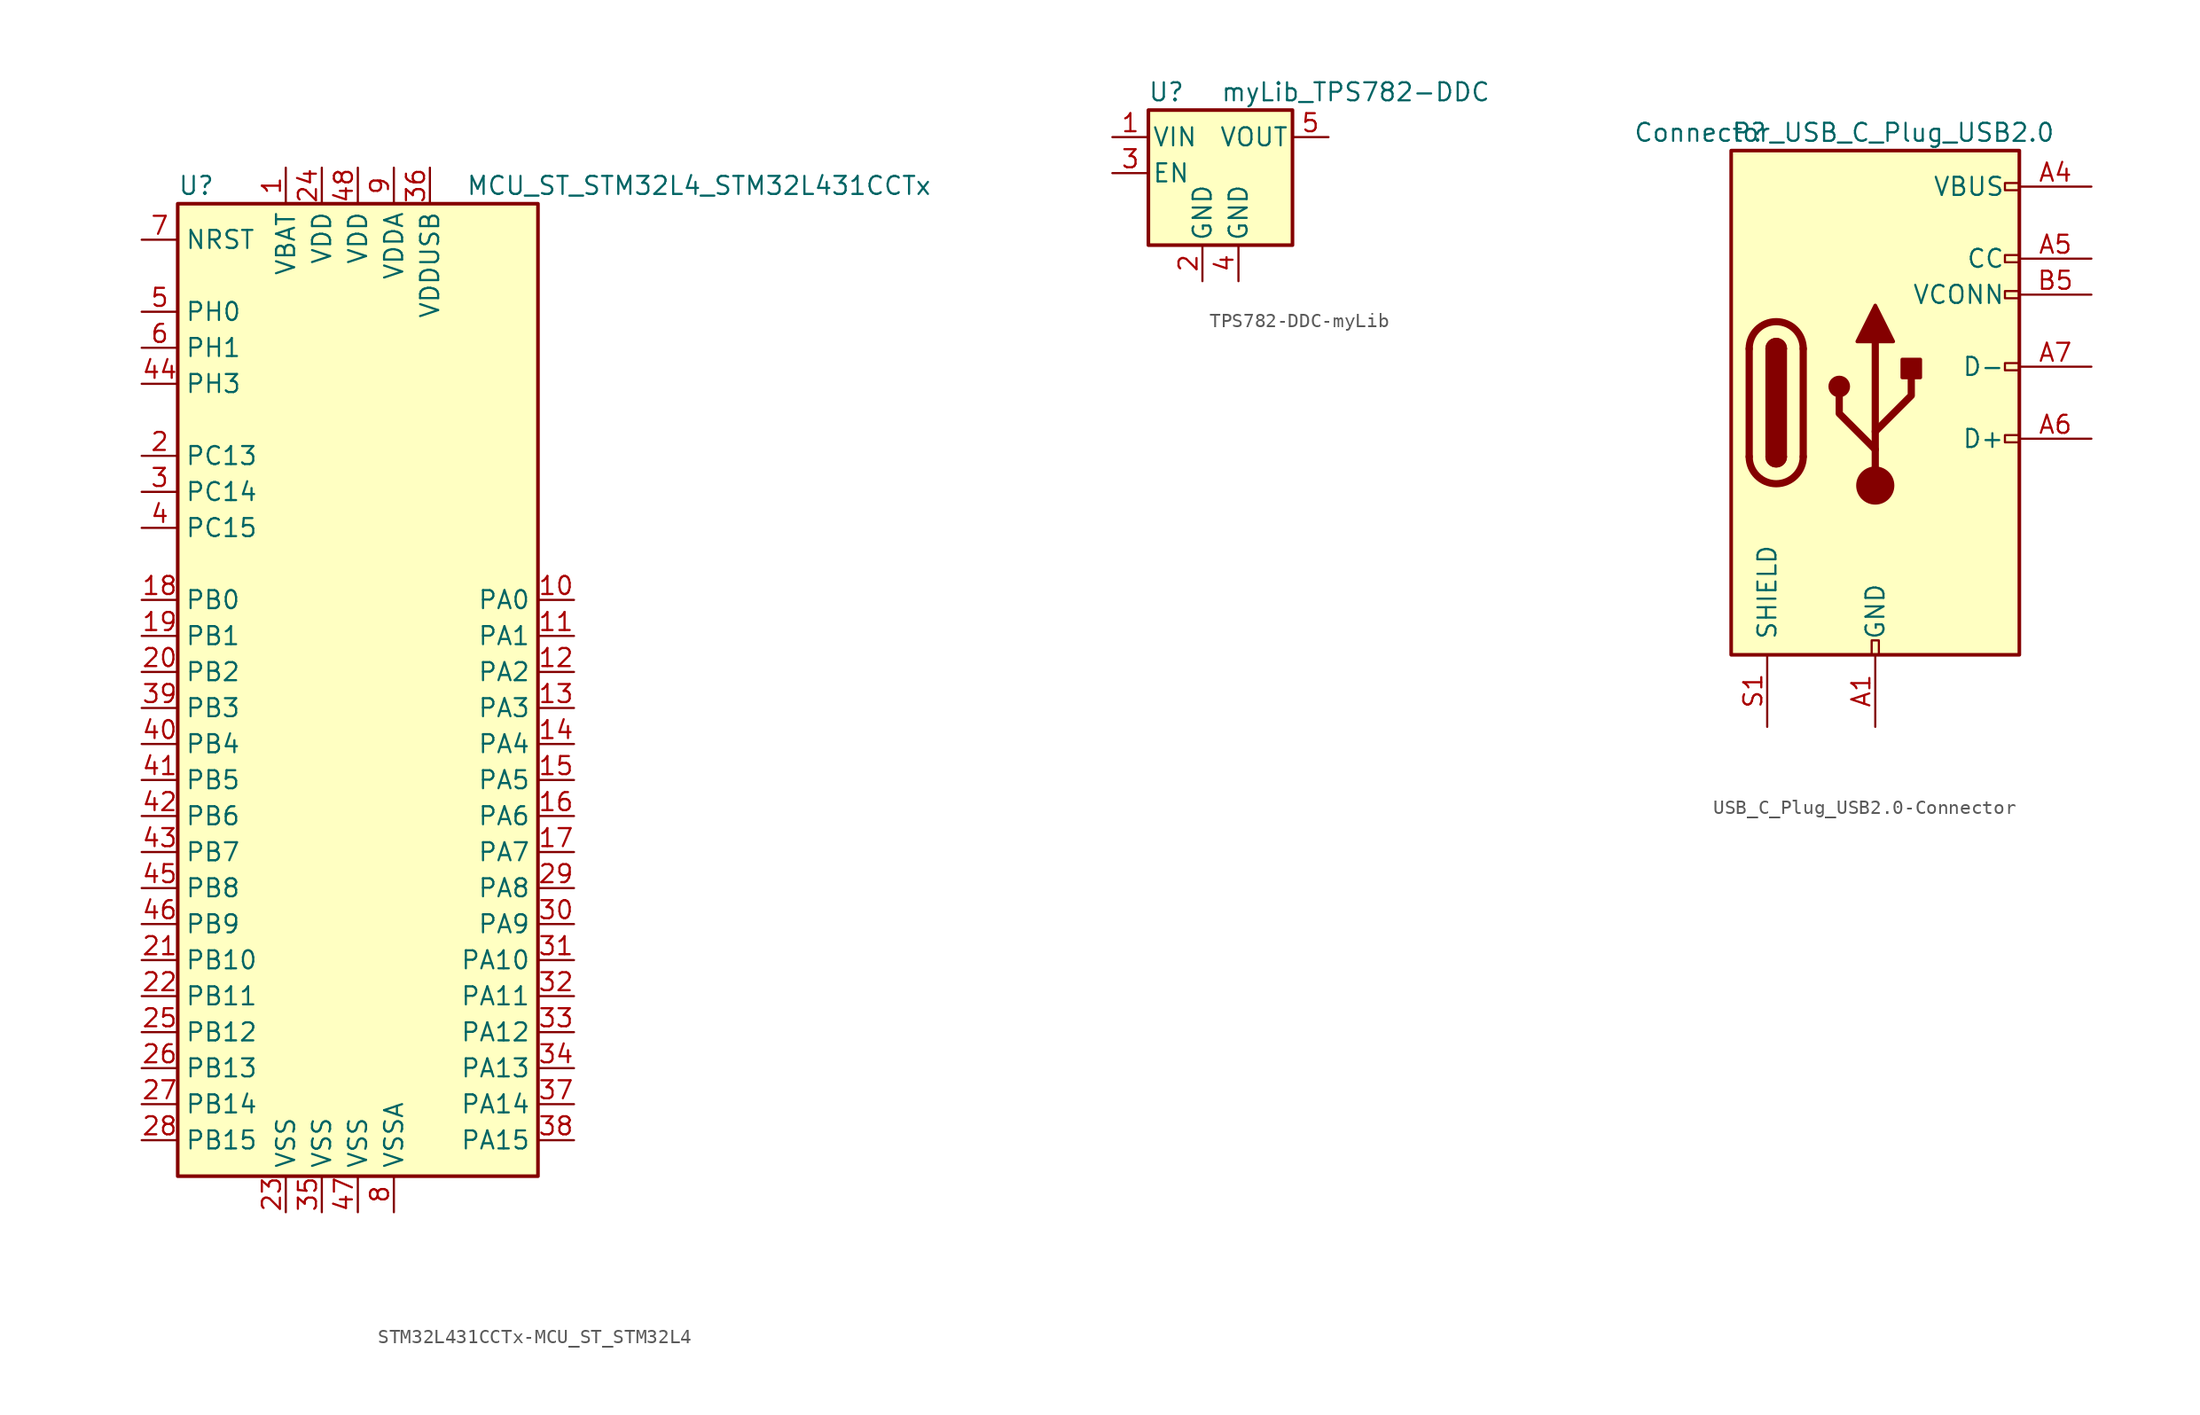
<source format=kicad_sym>
(kicad_symbol_lib
  (version 20220914)
  (generator kicad_symbol_editor)
  (symbol "STM32L431CCTx-MCU_ST_STM32L4"
    (property "Reference" "U"
      (at -12.7 34.29 0)
      (effects (font (size 1.27 1.27)) (justify left)))
    (property "Value" "MCU_ST_STM32L4_STM32L431CCTx"
      (at 7.62 34.29 0)
      (effects (font (size 1.27 1.27)) (justify left)))
    (symbol "STM32L431CCTx-MCU_ST_STM32L4_0_1"
      (rectangle (start -12.7 -35.56) (end 12.7 33.02) (stroke (width 0.254) (type solid)) (fill (type background))))
    (symbol "STM32L431CCTx-MCU_ST_STM32L4_1_1"
      (pin power_in line (at -5.08 35.56 270) (length 2.54) (name "VBAT" (effects (font (size 1.27 1.27)))) (number "1" (effects (font (size 1.27 1.27)))))
      (pin bidirectional line (at 15.24 5.08 180) (length 2.54) (name "PA0" (effects (font (size 1.27 1.27)))) (number "10" (effects (font (size 1.27 1.27)))))
      (pin bidirectional line (at 15.24 2.54 180) (length 2.54) (name "PA1" (effects (font (size 1.27 1.27)))) (number "11" (effects (font (size 1.27 1.27)))))
      (pin bidirectional line (at 15.24 0 180) (length 2.54) (name "PA2" (effects (font (size 1.27 1.27)))) (number "12" (effects (font (size 1.27 1.27)))))
      (pin bidirectional line (at 15.24 -2.54 180) (length 2.54) (name "PA3" (effects (font (size 1.27 1.27)))) (number "13" (effects (font (size 1.27 1.27)))))
      (pin bidirectional line (at 15.24 -5.08 180) (length 2.54) (name "PA4" (effects (font (size 1.27 1.27)))) (number "14" (effects (font (size 1.27 1.27)))))
      (pin bidirectional line (at 15.24 -7.62 180) (length 2.54) (name "PA5" (effects (font (size 1.27 1.27)))) (number "15" (effects (font (size 1.27 1.27)))))
      (pin bidirectional line (at 15.24 -10.16 180) (length 2.54) (name "PA6" (effects (font (size 1.27 1.27)))) (number "16" (effects (font (size 1.27 1.27)))))
      (pin bidirectional line (at 15.24 -12.7 180) (length 2.54) (name "PA7" (effects (font (size 1.27 1.27)))) (number "17" (effects (font (size 1.27 1.27)))))
      (pin bidirectional line (at -15.24 5.08 0) (length 2.54) (name "PB0" (effects (font (size 1.27 1.27)))) (number "18" (effects (font (size 1.27 1.27)))))
      (pin bidirectional line (at -15.24 2.54 0) (length 2.54) (name "PB1" (effects (font (size 1.27 1.27)))) (number "19" (effects (font (size 1.27 1.27)))))
      (pin bidirectional line (at -15.24 15.24 0) (length 2.54) (name "PC13" (effects (font (size 1.27 1.27)))) (number "2" (effects (font (size 1.27 1.27)))))
      (pin bidirectional line (at -15.24 0 0) (length 2.54) (name "PB2" (effects (font (size 1.27 1.27)))) (number "20" (effects (font (size 1.27 1.27)))))
      (pin bidirectional line (at -15.24 -20.32 0) (length 2.54) (name "PB10" (effects (font (size 1.27 1.27)))) (number "21" (effects (font (size 1.27 1.27)))))
      (pin bidirectional line (at -15.24 -22.86 0) (length 2.54) (name "PB11" (effects (font (size 1.27 1.27)))) (number "22" (effects (font (size 1.27 1.27)))))
      (pin power_in line (at -5.08 -38.1 90) (length 2.54) (name "VSS" (effects (font (size 1.27 1.27)))) (number "23" (effects (font (size 1.27 1.27)))))
      (pin power_in line (at -2.54 35.56 270) (length 2.54) (name "VDD" (effects (font (size 1.27 1.27)))) (number "24" (effects (font (size 1.27 1.27)))))
      (pin bidirectional line (at -15.24 -25.4 0) (length 2.54) (name "PB12" (effects (font (size 1.27 1.27)))) (number "25" (effects (font (size 1.27 1.27)))))
      (pin bidirectional line (at -15.24 -27.94 0) (length 2.54) (name "PB13" (effects (font (size 1.27 1.27)))) (number "26" (effects (font (size 1.27 1.27)))))
      (pin bidirectional line (at -15.24 -30.48 0) (length 2.54) (name "PB14" (effects (font (size 1.27 1.27)))) (number "27" (effects (font (size 1.27 1.27)))))
      (pin bidirectional line (at -15.24 -33.02 0) (length 2.54) (name "PB15" (effects (font (size 1.27 1.27)))) (number "28" (effects (font (size 1.27 1.27)))))
      (pin bidirectional line (at 15.24 -15.24 180) (length 2.54) (name "PA8" (effects (font (size 1.27 1.27)))) (number "29" (effects (font (size 1.27 1.27)))))
      (pin bidirectional line (at -15.24 12.7 0) (length 2.54) (name "PC14" (effects (font (size 1.27 1.27)))) (number "3" (effects (font (size 1.27 1.27)))))
      (pin bidirectional line (at 15.24 -17.78 180) (length 2.54) (name "PA9" (effects (font (size 1.27 1.27)))) (number "30" (effects (font (size 1.27 1.27)))))
      (pin bidirectional line (at 15.24 -20.32 180) (length 2.54) (name "PA10" (effects (font (size 1.27 1.27)))) (number "31" (effects (font (size 1.27 1.27)))))
      (pin bidirectional line (at 15.24 -22.86 180) (length 2.54) (name "PA11" (effects (font (size 1.27 1.27)))) (number "32" (effects (font (size 1.27 1.27)))))
      (pin bidirectional line (at 15.24 -25.4 180) (length 2.54) (name "PA12" (effects (font (size 1.27 1.27)))) (number "33" (effects (font (size 1.27 1.27)))))
      (pin bidirectional line (at 15.24 -27.94 180) (length 2.54) (name "PA13" (effects (font (size 1.27 1.27)))) (number "34" (effects (font (size 1.27 1.27)))))
      (pin power_in line (at -2.54 -38.1 90) (length 2.54) (name "VSS" (effects (font (size 1.27 1.27)))) (number "35" (effects (font (size 1.27 1.27)))))
      (pin power_in line (at 5.08 35.56 270) (length 2.54) (name "VDDUSB" (effects (font (size 1.27 1.27)))) (number "36" (effects (font (size 1.27 1.27)))))
      (pin bidirectional line (at 15.24 -30.48 180) (length 2.54) (name "PA14" (effects (font (size 1.27 1.27)))) (number "37" (effects (font (size 1.27 1.27)))))
      (pin bidirectional line (at 15.24 -33.02 180) (length 2.54) (name "PA15" (effects (font (size 1.27 1.27)))) (number "38" (effects (font (size 1.27 1.27)))))
      (pin bidirectional line (at -15.24 -2.54 0) (length 2.54) (name "PB3" (effects (font (size 1.27 1.27)))) (number "39" (effects (font (size 1.27 1.27)))))
      (pin bidirectional line (at -15.24 10.16 0) (length 2.54) (name "PC15" (effects (font (size 1.27 1.27)))) (number "4" (effects (font (size 1.27 1.27)))))
      (pin bidirectional line (at -15.24 -5.08 0) (length 2.54) (name "PB4" (effects (font (size 1.27 1.27)))) (number "40" (effects (font (size 1.27 1.27)))))
      (pin bidirectional line (at -15.24 -7.62 0) (length 2.54) (name "PB5" (effects (font (size 1.27 1.27)))) (number "41" (effects (font (size 1.27 1.27)))))
      (pin bidirectional line (at -15.24 -10.16 0) (length 2.54) (name "PB6" (effects (font (size 1.27 1.27)))) (number "42" (effects (font (size 1.27 1.27)))))
      (pin bidirectional line (at -15.24 -12.7 0) (length 2.54) (name "PB7" (effects (font (size 1.27 1.27)))) (number "43" (effects (font (size 1.27 1.27)))))
      (pin bidirectional line (at -15.24 20.32 0) (length 2.54) (name "PH3" (effects (font (size 1.27 1.27)))) (number "44" (effects (font (size 1.27 1.27)))))
      (pin bidirectional line (at -15.24 -15.24 0) (length 2.54) (name "PB8" (effects (font (size 1.27 1.27)))) (number "45" (effects (font (size 1.27 1.27)))))
      (pin bidirectional line (at -15.24 -17.78 0) (length 2.54) (name "PB9" (effects (font (size 1.27 1.27)))) (number "46" (effects (font (size 1.27 1.27)))))
      (pin power_in line (at 0 -38.1 90) (length 2.54) (name "VSS" (effects (font (size 1.27 1.27)))) (number "47" (effects (font (size 1.27 1.27)))))
      (pin power_in line (at 0 35.56 270) (length 2.54) (name "VDD" (effects (font (size 1.27 1.27)))) (number "48" (effects (font (size 1.27 1.27)))))
      (pin input line (at -15.24 25.4 0) (length 2.54) (name "PH0" (effects (font (size 1.27 1.27)))) (number "5" (effects (font (size 1.27 1.27)))))
      (pin input line (at -15.24 22.86 0) (length 2.54) (name "PH1" (effects (font (size 1.27 1.27)))) (number "6" (effects (font (size 1.27 1.27)))))
      (pin input line (at -15.24 30.48 0) (length 2.54) (name "NRST" (effects (font (size 1.27 1.27)))) (number "7" (effects (font (size 1.27 1.27)))))
      (pin power_in line (at 2.54 -38.1 90) (length 2.54) (name "VSSA" (effects (font (size 1.27 1.27)))) (number "8" (effects (font (size 1.27 1.27)))))
      (pin power_in line (at 2.54 35.56 270) (length 2.54) (name "VDDA" (effects (font (size 1.27 1.27)))) (number "9" (effects (font (size 1.27 1.27)))))))
  (symbol "TPS782-DDC-myLib"
    (pin_names
      (offset 0.254))
    (property "Reference" "U"
      (at -3.81 5.715 0)
      (effects (font (size 1.27 1.27))))
    (property "Value" "myLib_TPS782-DDC"
      (at 0 5.715 0)
      (effects (font (size 1.27 1.27)) (justify left)))
    (symbol "TPS782-DDC-myLib_0_1"
      (rectangle (start -5.08 4.445) (end 5.08 -5.08) (stroke (width 0.254) (type solid)) (fill (type background))))
    (symbol "TPS782-DDC-myLib_1_1"
      (pin power_in line (at -7.62 2.54 0) (length 2.54) (name "VIN" (effects (font (size 1.27 1.27)))) (number "1" (effects (font (size 1.27 1.27)))))
      (pin power_in line (at -1.27 -7.62 90) (length 2.54) (name "GND" (effects (font (size 1.27 1.27)))) (number "2" (effects (font (size 1.27 1.27)))))
      (pin input line (at -7.62 0 0) (length 2.54) (name "EN" (effects (font (size 1.27 1.27)))) (number "3" (effects (font (size 1.27 1.27)))))
      (pin power_in line (at 1.27 -7.62 90) (length 2.54) (name "GND" (effects (font (size 1.27 1.27)))) (number "4" (effects (font (size 1.27 1.27)))))
      (pin power_out line (at 7.62 2.54 180) (length 2.54) (name "VOUT" (effects (font (size 1.27 1.27)))) (number "5" (effects (font (size 1.27 1.27)))))))
  (symbol "USB_C_Plug_USB2.0-Connector"
    (pin_names
      (offset 1.016))
    (property "Reference" "P"
      (at -10.16 19.05 0)
      (effects (font (size 1.27 1.27)) (justify left)))
    (property "Value" "Connector_USB_C_Plug_USB2.0"
      (at 12.7 19.05 0)
      (effects (font (size 1.27 1.27)) (justify right)))
    (symbol "USB_C_Plug_USB2.0-Connector_0_0"
      (rectangle (start -0.254 -17.78) (end 0.254 -16.764) (stroke (width 0) (type solid)) (fill (type none)))
      (rectangle (start 10.16 -2.286) (end 9.144 -2.794) (stroke (width 0) (type solid)) (fill (type none)))
      (rectangle (start 10.16 2.794) (end 9.144 2.286) (stroke (width 0) (type solid)) (fill (type none)))
      (rectangle (start 10.16 7.874) (end 9.144 7.366) (stroke (width 0) (type solid)) (fill (type none)))
      (rectangle (start 10.16 10.414) (end 9.144 9.906) (stroke (width 0) (type solid)) (fill (type none)))
      (rectangle (start 10.16 15.494) (end 9.144 14.986) (stroke (width 0) (type solid)) (fill (type none))))
    (symbol "USB_C_Plug_USB2.0-Connector_0_1"
      (rectangle (start -10.16 17.78) (end 10.16 -17.78) (stroke (width 0.254) (type solid)) (fill (type background)))
      (arc (start -8.89 -3.81) (mid -6.985 -5.7067) (end -5.08 -3.81) (stroke (width 0.508) (type solid)) (fill (type none)))
      (arc (start -7.62 -3.81) (mid -6.985 -4.4423) (end -6.35 -3.81) (stroke (width 0.254) (type solid)) (fill (type none)))
      (arc (start -7.62 -3.81) (mid -6.985 -4.4423) (end -6.35 -3.81) (stroke (width 0.254) (type solid)) (fill (type outline)))
      (rectangle (start -7.62 -3.81) (end -6.35 3.81) (stroke (width 0.254) (type solid)) (fill (type outline)))
      (arc (start -6.35 3.81) (mid -6.985 4.4423) (end -7.62 3.81) (stroke (width 0.254) (type solid)) (fill (type none)))
      (arc (start -6.35 3.81) (mid -6.985 4.4423) (end -7.62 3.81) (stroke (width 0.254) (type solid)) (fill (type outline)))
      (arc (start -5.08 3.81) (mid -6.985 5.7067) (end -8.89 3.81) (stroke (width 0.508) (type solid)) (fill (type none)))
      (circle (center -2.54 1.143) (radius 0.635) (stroke (width 0.254) (type solid)) (fill (type outline)))
      (circle (center 0 -5.842) (radius 1.27) (stroke (width 0) (type solid)) (fill (type outline)))
      (polyline (pts (xy -8.89 -3.81) (xy -8.89 3.81)) (stroke (width 0.508) (type solid)) (fill (type none)))
      (polyline (pts (xy -5.08 3.81) (xy -5.08 -3.81)) (stroke (width 0.508) (type solid)) (fill (type none)))
      (polyline (pts (xy 0 -5.842) (xy 0 4.318)) (stroke (width 0.508) (type solid)) (fill (type none)))
      (polyline (pts (xy 0 -3.302) (xy -2.54 -0.762) (xy -2.54 0.508)) (stroke (width 0.508) (type solid)) (fill (type none)))
      (polyline (pts (xy 0 -2.032) (xy 2.54 0.508) (xy 2.54 1.778)) (stroke (width 0.508) (type solid)) (fill (type none)))
      (polyline (pts (xy -1.27 4.318) (xy 0 6.858) (xy 1.27 4.318) (xy -1.27 4.318)) (stroke (width 0.254) (type solid)) (fill (type outline)))
      (rectangle (start 1.905 1.778) (end 3.175 3.048) (stroke (width 0.254) (type solid)) (fill (type outline))))
    (symbol "USB_C_Plug_USB2.0-Connector_1_1"
      (pin power_in line (at 0 -22.86 90) (length 5.08) (name "GND" (effects (font (size 1.27 1.27)))) (number "A1" (effects (font (size 1.27 1.27)))))
      (pin passive line (at 0 -22.86 90) (length 5.08) hide (name "GND" (effects (font (size 1.27 1.27)))) (number "A12" (effects (font (size 1.27 1.27)))))
      (pin power_in line (at 15.24 15.24 180) (length 5.08) (name "VBUS" (effects (font (size 1.27 1.27)))) (number "A4" (effects (font (size 1.27 1.27)))))
      (pin bidirectional line (at 15.24 10.16 180) (length 5.08) (name "CC" (effects (font (size 1.27 1.27)))) (number "A5" (effects (font (size 1.27 1.27)))))
      (pin bidirectional line (at 15.24 -2.54 180) (length 5.08) (name "D+" (effects (font (size 1.27 1.27)))) (number "A6" (effects (font (size 1.27 1.27)))))
      (pin bidirectional line (at 15.24 2.54 180) (length 5.08) (name "D-" (effects (font (size 1.27 1.27)))) (number "A7" (effects (font (size 1.27 1.27)))))
      (pin passive line (at 15.24 15.24 180) (length 5.08) hide (name "VBUS" (effects (font (size 1.27 1.27)))) (number "A9" (effects (font (size 1.27 1.27)))))
      (pin passive line (at 0 -22.86 90) (length 5.08) hide (name "GND" (effects (font (size 1.27 1.27)))) (number "B1" (effects (font (size 1.27 1.27)))))
      (pin passive line (at 0 -22.86 90) (length 5.08) hide (name "GND" (effects (font (size 1.27 1.27)))) (number "B12" (effects (font (size 1.27 1.27)))))
      (pin passive line (at 15.24 15.24 180) (length 5.08) hide (name "VBUS" (effects (font (size 1.27 1.27)))) (number "B4" (effects (font (size 1.27 1.27)))))
      (pin bidirectional line (at 15.24 7.62 180) (length 5.08) (name "VCONN" (effects (font (size 1.27 1.27)))) (number "B5" (effects (font (size 1.27 1.27)))))
      (pin passive line (at 15.24 15.24 180) (length 5.08) hide (name "VBUS" (effects (font (size 1.27 1.27)))) (number "B9" (effects (font (size 1.27 1.27)))))
      (pin passive line (at -7.62 -22.86 90) (length 5.08) (name "SHIELD" (effects (font (size 1.27 1.27)))) (number "S1" (effects (font (size 1.27 1.27))))))))
</source>
